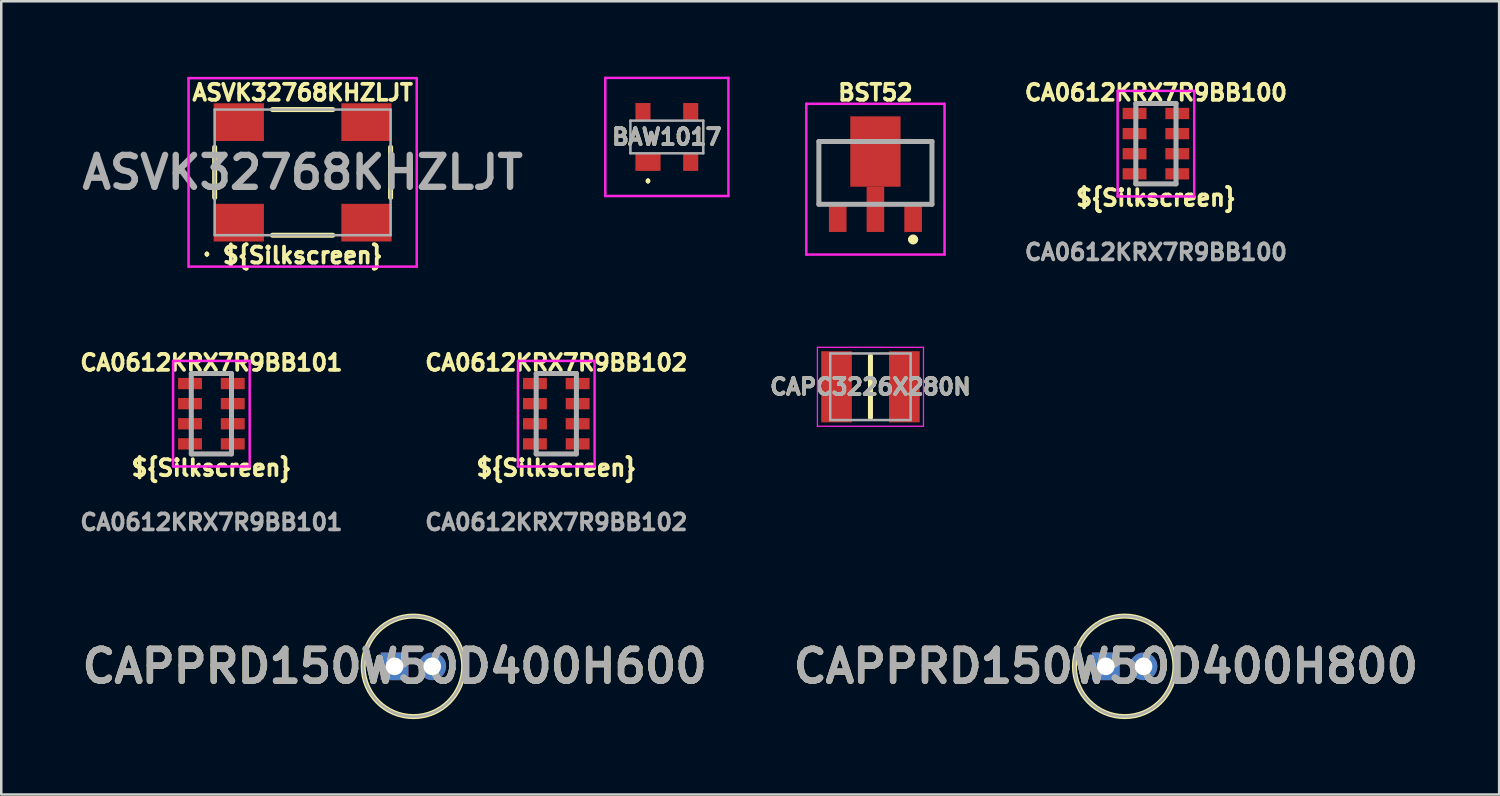
<source format=kicad_pcb>
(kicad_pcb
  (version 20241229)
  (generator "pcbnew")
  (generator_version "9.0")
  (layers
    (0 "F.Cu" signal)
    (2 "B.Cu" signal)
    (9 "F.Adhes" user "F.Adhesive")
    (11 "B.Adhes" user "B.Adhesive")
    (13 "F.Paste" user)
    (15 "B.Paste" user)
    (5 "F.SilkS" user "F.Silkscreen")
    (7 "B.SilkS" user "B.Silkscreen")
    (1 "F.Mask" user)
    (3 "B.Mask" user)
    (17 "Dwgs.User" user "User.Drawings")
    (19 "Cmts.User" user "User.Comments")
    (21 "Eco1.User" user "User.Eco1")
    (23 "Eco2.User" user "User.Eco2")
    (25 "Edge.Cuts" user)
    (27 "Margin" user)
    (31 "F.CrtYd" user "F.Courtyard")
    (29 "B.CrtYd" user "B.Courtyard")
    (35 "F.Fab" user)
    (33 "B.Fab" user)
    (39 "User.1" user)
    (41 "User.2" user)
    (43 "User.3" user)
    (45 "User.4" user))
  (footprint "CA0612KRX7R9BB101"
    (layer "F.Cu")
    (at 5.362 13.413)
    (property "Reference" "CA0612KRX7R9BB101" (at 0 -2.032 0) (layer "F.SilkS") (effects (font (size 0.635 0.635) (thickness 0.15) (bold yes))))
    (attr smd)
    (fp_line (start -0.305 -1.6) (end 0.295 -1.6) (stroke (width 0.1) (type solid)) (layer "F.SilkS"))
    (fp_line (start -0.305 1.6) (end 0.295 1.6) (stroke (width 0.1) (type solid)) (layer "F.SilkS"))
    (fp_line (start -1.524 -2.1) (end 1.524 -2.1) (stroke (width 0.1) (type solid)) (layer "F.CrtYd"))
    (fp_line (start -1.524 2.1) (end -1.524 -2.1) (stroke (width 0.1) (type solid)) (layer "F.CrtYd"))
    (fp_line (start 1.524 -2.1) (end 1.524 2.1) (stroke (width 0.1) (type solid)) (layer "F.CrtYd"))
    (fp_line (start 1.524 2.1) (end -1.524 2.1) (stroke (width 0.1) (type solid)) (layer "F.CrtYd"))
    (fp_line (start -0.8 -1.6) (end 0.8 -1.6) (stroke (width 0.2) (type solid)) (layer "F.Fab"))
    (fp_line (start -0.8 1.6) (end -0.8 -1.6) (stroke (width 0.2) (type solid)) (layer "F.Fab"))
    (fp_line (start 0.8 -1.6) (end 0.8 1.6) (stroke (width 0.2) (type solid)) (layer "F.Fab"))
    (fp_line (start 0.8 1.6) (end -0.8 1.6) (stroke (width 0.2) (type solid)) (layer "F.Fab"))
    (fp_text user "${Silkscreen}" (at 0 2.159 0) (layer "F.SilkS") (effects (font (size 0.635 0.635) (thickness 0.15))))
    (fp_text user "${REFERENCE}" (at 0 4.318 0) (layer "F.Fab") (effects (font (size 0.635 0.635) (thickness 0.15) (bold yes))))
    (pad "1" smd rect (at -0.85 -1.2 90) (size 0.45 0.95) (layers "F.Cu" "F.Mask" "F.Paste"))
    (pad "2" smd rect (at -0.85 -0.4 90) (size 0.45 0.95) (layers "F.Cu" "F.Mask" "F.Paste"))
    (pad "3" smd rect (at -0.85 0.4 90) (size 0.45 0.95) (layers "F.Cu" "F.Mask" "F.Paste"))
    (pad "4" smd rect (at -0.85 1.2 90) (size 0.45 0.95) (layers "F.Cu" "F.Mask" "F.Paste"))
    (pad "5" smd rect (at 0.85 1.2 90) (size 0.45 0.95) (layers "F.Cu" "F.Mask" "F.Paste"))
    (pad "6" smd rect (at 0.85 0.4 90) (size 0.45 0.95) (layers "F.Cu" "F.Mask" "F.Paste"))
    (pad "7" smd rect (at 0.85 -0.4 90) (size 0.45 0.95) (layers "F.Cu" "F.Mask" "F.Paste"))
    (pad "8" smd rect (at 0.85 -1.2 90) (size 0.45 0.95) (layers "F.Cu" "F.Mask" "F.Paste")))
  (footprint "BAW1017"
    (layer "F.Cu")
    (at 23.486 2.4)
    (property "Reference" "BAW1017" (at 0 0 0) (layer "F.SilkS") (effects (font (size 0.635 0.635) (thickness 0.15))))
    (attr smd)
    (fp_line (start -0.75 1.7) (end -0.75 1.7) (stroke (width 0.1) (type solid)) (layer "F.SilkS"))
    (fp_line (start -0.75 1.8) (end -0.75 1.8) (stroke (width 0.1) (type solid)) (layer "F.SilkS"))
    (fp_arc (start -0.75 1.7) (mid -0.7 1.75) (end -0.75 1.8) (stroke (width 0.1) (type solid)) (layer "F.SilkS"))
    (fp_arc (start -0.75 1.8) (mid -0.8 1.75) (end -0.75 1.7) (stroke (width 0.1) (type solid)) (layer "F.SilkS"))
    (fp_line (start -2.45 -2.35) (end 2.45 -2.35) (stroke (width 0.1) (type solid)) (layer "F.CrtYd"))
    (fp_line (start -2.45 2.35) (end -2.45 -2.35) (stroke (width 0.1) (type solid)) (layer "F.CrtYd"))
    (fp_line (start 2.45 -2.35) (end 2.45 2.35) (stroke (width 0.1) (type solid)) (layer "F.CrtYd"))
    (fp_line (start 2.45 2.35) (end -2.45 2.35) (stroke (width 0.1) (type solid)) (layer "F.CrtYd"))
    (fp_line (start -1.45 -0.65) (end 1.45 -0.65) (stroke (width 0.1) (type solid)) (layer "F.Fab"))
    (fp_line (start -1.45 0.65) (end -1.45 -0.65) (stroke (width 0.1) (type solid)) (layer "F.Fab"))
    (fp_line (start 1.45 -0.65) (end 1.45 0.65) (stroke (width 0.1) (type solid)) (layer "F.Fab"))
    (fp_line (start 1.45 0.65) (end -1.45 0.65) (stroke (width 0.1) (type solid)) (layer "F.Fab"))
    (fp_text user "${REFERENCE}" (at 0 0 0) (layer "F.Fab") (effects (font (size 0.635 0.635) (thickness 0.15))))
    (pad "1" smd rect (at -0.75 1 90) (size 0.7 1) (layers "F.Cu" "F.Mask" "F.Paste"))
    (pad "2" smd rect (at 0.95 1) (size 0.6 0.7) (layers "F.Cu" "F.Mask" "F.Paste"))
    (pad "3" smd rect (at 0.95 -1) (size 0.6 0.7) (layers "F.Cu" "F.Mask" "F.Paste"))
    (pad "4" smd rect (at -0.95 -1) (size 0.6 0.7) (layers "F.Cu" "F.Mask" "F.Paste")))
  (footprint "CAPPRD150W50D400H800"
    (layer "F.Cu")
    (at 40.955 23.466)
    (property "Reference" "CAPPRD150W50D400H800" (at 0 0 0) (layer "F.SilkS") (effects (font (size 1.27 1.27) (thickness 0.254))))
    (attr through_hole)
    (fp_circle (center 0.75 0) (end 0.75 2) (stroke (width 0.2) (type solid)) (fill no) (layer "F.SilkS"))
    (fp_circle (center 0.75 0) (end 0.75 2) (stroke (width 0.1) (type solid)) (fill no) (layer "F.Fab"))
    (fp_text user "${REFERENCE}" (at 0 0 0) (layer "F.Fab") (effects (font (size 1.27 1.27) (thickness 0.254))))
    (pad "1" thru_hole rect (at 0 0) (size 1.1 1.1) (drill 0.7) (layers "*.Cu" "*.Mask"))
    (pad "2" thru_hole circle (at 1.5 0) (size 1.1 1.1) (drill 0.7) (layers "*.Cu" "*.Mask")))
  (footprint "CA0612KRX7R9BB100"
    (layer "F.Cu")
    (at 42.948 2.667)
    (property "Reference" "CA0612KRX7R9BB100" (at 0 -2.032 0) (layer "F.SilkS") (effects (font (size 0.635 0.635) (thickness 0.15) (bold yes))))
    (attr smd)
    (fp_line (start -0.305 -1.6) (end 0.295 -1.6) (stroke (width 0.1) (type solid)) (layer "F.SilkS"))
    (fp_line (start -0.305 1.6) (end 0.295 1.6) (stroke (width 0.1) (type solid)) (layer "F.SilkS"))
    (fp_line (start -1.524 -2.1) (end 1.524 -2.1) (stroke (width 0.1) (type solid)) (layer "F.CrtYd"))
    (fp_line (start -1.524 2.1) (end -1.524 -2.1) (stroke (width 0.1) (type solid)) (layer "F.CrtYd"))
    (fp_line (start 1.524 -2.1) (end 1.524 2.1) (stroke (width 0.1) (type solid)) (layer "F.CrtYd"))
    (fp_line (start 1.524 2.1) (end -1.524 2.1) (stroke (width 0.1) (type solid)) (layer "F.CrtYd"))
    (fp_line (start -0.8 -1.6) (end 0.8 -1.6) (stroke (width 0.2) (type solid)) (layer "F.Fab"))
    (fp_line (start -0.8 1.6) (end -0.8 -1.6) (stroke (width 0.2) (type solid)) (layer "F.Fab"))
    (fp_line (start 0.8 -1.6) (end 0.8 1.6) (stroke (width 0.2) (type solid)) (layer "F.Fab"))
    (fp_line (start 0.8 1.6) (end -0.8 1.6) (stroke (width 0.2) (type solid)) (layer "F.Fab"))
    (fp_text user "${Silkscreen}" (at 0 2.159 0) (layer "F.SilkS") (effects (font (size 0.635 0.635) (thickness 0.15))))
    (fp_text user "${REFERENCE}" (at 0 4.318 0) (layer "F.Fab") (effects (font (size 0.635 0.635) (thickness 0.15) (bold yes))))
    (pad "1" smd rect (at -0.85 -1.2 90) (size 0.45 0.95) (layers "F.Cu" "F.Mask" "F.Paste"))
    (pad "2" smd rect (at -0.85 -0.4 90) (size 0.45 0.95) (layers "F.Cu" "F.Mask" "F.Paste"))
    (pad "3" smd rect (at -0.85 0.4 90) (size 0.45 0.95) (layers "F.Cu" "F.Mask" "F.Paste"))
    (pad "4" smd rect (at -0.85 1.2 90) (size 0.45 0.95) (layers "F.Cu" "F.Mask" "F.Paste"))
    (pad "5" smd rect (at 0.85 1.2 90) (size 0.45 0.95) (layers "F.Cu" "F.Mask" "F.Paste"))
    (pad "6" smd rect (at 0.85 0.4 90) (size 0.45 0.95) (layers "F.Cu" "F.Mask" "F.Paste"))
    (pad "7" smd rect (at 0.85 -0.4 90) (size 0.45 0.95) (layers "F.Cu" "F.Mask" "F.Paste"))
    (pad "8" smd rect (at 0.85 -1.2 90) (size 0.45 0.95) (layers "F.Cu" "F.Mask" "F.Paste")))
  (footprint "BST52"
    (layer "F.Cu")
    (at 31.786 5.08)
    (property "Reference" "BST52" (at 0 -4.445 0) (layer "F.SilkS") (effects (font (size 0.635 0.635) (thickness 0.15) (bold yes))))
    (attr smd)
    (fp_line (start -2.25 -2.5) (end -1.5 -2.5) (stroke (width 0.1) (type solid)) (layer "F.SilkS"))
    (fp_line (start -2.25 0) (end -2.25 -2.5) (stroke (width 0.1) (type solid)) (layer "F.SilkS"))
    (fp_line (start 1.4 1.4) (end 1.4 1.4) (stroke (width 0.2) (type solid)) (layer "F.SilkS"))
    (fp_line (start 1.6 1.4) (end 1.6 1.4) (stroke (width 0.2) (type solid)) (layer "F.SilkS"))
    (fp_line (start 2.25 -2.5) (end 1.5 -2.5) (stroke (width 0.1) (type solid)) (layer "F.SilkS"))
    (fp_line (start 2.25 0) (end 2.25 -2.5) (stroke (width 0.1) (type solid)) (layer "F.SilkS"))
    (fp_arc (start 1.4 1.4) (mid 1.5 1.3) (end 1.6 1.4) (stroke (width 0.2) (type solid)) (layer "F.SilkS"))
    (fp_arc (start 1.6 1.4) (mid 1.5 1.5) (end 1.4 1.4) (stroke (width 0.2) (type solid)) (layer "F.SilkS"))
    (fp_line (start -2.75 -4) (end 2.75 -4) (stroke (width 0.1) (type solid)) (layer "F.CrtYd"))
    (fp_line (start -2.75 2) (end -2.75 -4) (stroke (width 0.1) (type solid)) (layer "F.CrtYd"))
    (fp_line (start 2.75 -4) (end 2.75 2) (stroke (width 0.1) (type solid)) (layer "F.CrtYd"))
    (fp_line (start 2.75 2) (end -2.75 2) (stroke (width 0.1) (type solid)) (layer "F.CrtYd"))
    (fp_line (start -2.25 -2.5) (end 2.25 -2.5) (stroke (width 0.2) (type solid)) (layer "F.Fab"))
    (fp_line (start -2.25 0) (end -2.25 -2.5) (stroke (width 0.2) (type solid)) (layer "F.Fab"))
    (fp_line (start 2.25 -2.5) (end 2.25 0) (stroke (width 0.2) (type solid)) (layer "F.Fab"))
    (fp_line (start 2.25 0) (end -2.25 0) (stroke (width 0.2) (type solid)) (layer "F.Fab"))
    (pad "1" smd rect (at 1.5 0.55) (size 0.7 1.1) (layers "F.Cu" "F.Mask" "F.Paste"))
    (pad "2" smd rect (at 0 0.2) (size 0.7 1.8) (layers "F.Cu" "F.Mask" "F.Paste"))
    (pad "3" smd rect (at -1.5 0.55) (size 0.7 1.1) (layers "F.Cu" "F.Mask" "F.Paste"))
    (pad "4" smd rect (at 0 -2.1) (size 2 2.8) (layers "F.Cu" "F.Mask" "F.Paste")))
  (footprint "CAPPRD150W50D400H600"
    (layer "F.Cu")
    (at 12.652 23.466)
    (property "Reference" "CAPPRD150W50D400H600" (at 0 0 0) (layer "F.SilkS") (effects (font (size 1.27 1.27) (thickness 0.254))))
    (attr through_hole)
    (fp_circle (center 0.75 0) (end 0.75 2) (stroke (width 0.2) (type solid)) (fill no) (layer "F.SilkS"))
    (fp_circle (center 0.75 0) (end 0.75 2) (stroke (width 0.1) (type solid)) (fill no) (layer "F.Fab"))
    (fp_text user "${REFERENCE}" (at 0 0 0) (layer "F.Fab") (effects (font (size 1.27 1.27) (thickness 0.254))))
    (pad "1" thru_hole rect (at 0 0) (size 1.1 1.1) (drill 0.7) (layers "*.Cu" "*.Mask"))
    (pad "2" thru_hole circle (at 1.5 0) (size 1.1 1.1) (drill 0.7) (layers "*.Cu" "*.Mask")))
  (footprint "CA0612KRX7R9BB102"
    (layer "F.Cu")
    (at 19.087 13.413)
    (property "Reference" "CA0612KRX7R9BB102" (at 0 -2.032 0) (layer "F.SilkS") (effects (font (size 0.635 0.635) (thickness 0.15) (bold yes))))
    (attr smd)
    (fp_line (start -0.305 -1.6) (end 0.295 -1.6) (stroke (width 0.1) (type solid)) (layer "F.SilkS"))
    (fp_line (start -0.305 1.6) (end 0.295 1.6) (stroke (width 0.1) (type solid)) (layer "F.SilkS"))
    (fp_line (start -1.524 -2.1) (end 1.524 -2.1) (stroke (width 0.1) (type solid)) (layer "F.CrtYd"))
    (fp_line (start -1.524 2.1) (end -1.524 -2.1) (stroke (width 0.1) (type solid)) (layer "F.CrtYd"))
    (fp_line (start 1.524 -2.1) (end 1.524 2.1) (stroke (width 0.1) (type solid)) (layer "F.CrtYd"))
    (fp_line (start 1.524 2.1) (end -1.524 2.1) (stroke (width 0.1) (type solid)) (layer "F.CrtYd"))
    (fp_line (start -0.8 -1.6) (end 0.8 -1.6) (stroke (width 0.2) (type solid)) (layer "F.Fab"))
    (fp_line (start -0.8 1.6) (end -0.8 -1.6) (stroke (width 0.2) (type solid)) (layer "F.Fab"))
    (fp_line (start 0.8 -1.6) (end 0.8 1.6) (stroke (width 0.2) (type solid)) (layer "F.Fab"))
    (fp_line (start 0.8 1.6) (end -0.8 1.6) (stroke (width 0.2) (type solid)) (layer "F.Fab"))
    (fp_text user "${Silkscreen}" (at 0 2.159 0) (layer "F.SilkS") (effects (font (size 0.635 0.635) (thickness 0.15))))
    (fp_text user "${REFERENCE}" (at 0 4.318 0) (layer "F.Fab") (effects (font (size 0.635 0.635) (thickness 0.15) (bold yes))))
    (pad "1" smd rect (at -0.85 -1.2 90) (size 0.45 0.95) (layers "F.Cu" "F.Mask" "F.Paste"))
    (pad "2" smd rect (at -0.85 -0.4 90) (size 0.45 0.95) (layers "F.Cu" "F.Mask" "F.Paste"))
    (pad "3" smd rect (at -0.85 0.4 90) (size 0.45 0.95) (layers "F.Cu" "F.Mask" "F.Paste"))
    (pad "4" smd rect (at -0.85 1.2 90) (size 0.45 0.95) (layers "F.Cu" "F.Mask" "F.Paste"))
    (pad "5" smd rect (at 0.85 1.2 90) (size 0.45 0.95) (layers "F.Cu" "F.Mask" "F.Paste"))
    (pad "6" smd rect (at 0.85 0.4 90) (size 0.45 0.95) (layers "F.Cu" "F.Mask" "F.Paste"))
    (pad "7" smd rect (at 0.85 -0.4 90) (size 0.45 0.95) (layers "F.Cu" "F.Mask" "F.Paste"))
    (pad "8" smd rect (at 0.85 -1.2 90) (size 0.45 0.95) (layers "F.Cu" "F.Mask" "F.Paste")))
  (footprint "CAPC3226X280N"
    (layer "F.Cu")
    (at 31.588 12.341)
    (property "Reference" "CAPC3226X280N" (at 0 0 0) (layer "F.SilkS") (effects (font (size 0.635 0.635) (thickness 0.15))))
    (attr smd)
    (fp_line (start 0 -1.225) (end 0 1.225) (stroke (width 0.2) (type solid)) (layer "F.SilkS"))
    (fp_line (start -2.11 -1.57) (end 2.11 -1.57) (stroke (width 0.05) (type solid)) (layer "F.CrtYd"))
    (fp_line (start -2.11 1.57) (end -2.11 -1.57) (stroke (width 0.05) (type solid)) (layer "F.CrtYd"))
    (fp_line (start 2.11 -1.57) (end 2.11 1.57) (stroke (width 0.05) (type solid)) (layer "F.CrtYd"))
    (fp_line (start 2.11 1.57) (end -2.11 1.57) (stroke (width 0.05) (type solid)) (layer "F.CrtYd"))
    (fp_line (start -1.6 -1.325) (end 1.6 -1.325) (stroke (width 0.1) (type solid)) (layer "F.Fab"))
    (fp_line (start -1.6 1.325) (end -1.6 -1.325) (stroke (width 0.1) (type solid)) (layer "F.Fab"))
    (fp_line (start 1.6 -1.325) (end 1.6 1.325) (stroke (width 0.1) (type solid)) (layer "F.Fab"))
    (fp_line (start 1.6 1.325) (end -1.6 1.325) (stroke (width 0.1) (type solid)) (layer "F.Fab"))
    (fp_text user "${REFERENCE}" (at 0 0 0) (layer "F.Fab") (effects (font (size 0.635 0.635) (thickness 0.15))))
    (pad "1" smd rect (at -1.35 0) (size 1.22 2.83) (layers "F.Cu" "F.Mask" "F.Paste"))
    (pad "2" smd rect (at 1.35 0) (size 1.22 2.83) (layers "F.Cu" "F.Mask" "F.Paste")))
  (footprint "ASVK32768KHZLJT"
    (layer "F.Cu")
    (at 8.993 3.81)
    (property "Reference" "ASVK32768KHZLJT" (at 0 -3.175 0) (layer "F.SilkS") (effects (font (size 0.635 0.635) (thickness 0.15) (bold yes))))
    (attr smd)
    (fp_line (start -3.81 3.202) (end -3.81 3.202) (stroke (width 0.1) (type solid)) (layer "F.SilkS"))
    (fp_line (start -3.81 3.302) (end -3.81 3.302) (stroke (width 0.1) (type solid)) (layer "F.SilkS"))
    (fp_line (start -3.5 -1) (end -3.5 1) (stroke (width 0.2) (type solid)) (layer "F.SilkS"))
    (fp_line (start -1.2 -2.5) (end 1.2 -2.5) (stroke (width 0.2) (type solid)) (layer "F.SilkS"))
    (fp_line (start -1.2 2.5) (end 1.2 2.5) (stroke (width 0.2) (type solid)) (layer "F.SilkS"))
    (fp_line (start 3.5 -1) (end 3.5 1) (stroke (width 0.2) (type solid)) (layer "F.SilkS"))
    (fp_arc (start -3.81 3.202) (mid -3.76 3.252) (end -3.81 3.302) (stroke (width 0.1) (type solid)) (layer "F.SilkS"))
    (fp_arc (start -3.81 3.302) (mid -3.86 3.252) (end -3.81 3.202) (stroke (width 0.1) (type solid)) (layer "F.SilkS"))
    (fp_line (start -4.54 -3.75) (end 4.54 -3.75) (stroke (width 0.1) (type solid)) (layer "F.CrtYd"))
    (fp_line (start -4.54 3.75) (end -4.54 -3.75) (stroke (width 0.1) (type solid)) (layer "F.CrtYd"))
    (fp_line (start 4.54 -3.75) (end 4.54 3.75) (stroke (width 0.1) (type solid)) (layer "F.CrtYd"))
    (fp_line (start 4.54 3.75) (end -4.54 3.75) (stroke (width 0.1) (type solid)) (layer "F.CrtYd"))
    (fp_line (start -3.5 -2.5) (end 3.5 -2.5) (stroke (width 0.1) (type solid)) (layer "F.Fab"))
    (fp_line (start -3.5 2.5) (end -3.5 -2.5) (stroke (width 0.1) (type solid)) (layer "F.Fab"))
    (fp_line (start 3.5 -2.5) (end 3.5 2.5) (stroke (width 0.1) (type solid)) (layer "F.Fab"))
    (fp_line (start 3.5 2.5) (end -3.5 2.5) (stroke (width 0.1) (type solid)) (layer "F.Fab"))
    (fp_text user "${Silkscreen}" (at 0 3.302 0) (layer "F.SilkS") (effects (font (size 0.635 0.635) (thickness 0.15))))
    (fp_text user "${REFERENCE}" (at 0 0 0) (layer "F.Fab") (effects (font (size 1.27 1.27) (thickness 0.254))))
    (pad "1" smd rect (at -2.54 2 90) (size 1.5 2) (layers "F.Cu" "F.Mask" "F.Paste"))
    (pad "2" smd rect (at 2.54 2 90) (size 1.5 2) (layers "F.Cu" "F.Mask" "F.Paste"))
    (pad "3" smd rect (at 2.54 -2 90) (size 1.5 2) (layers "F.Cu" "F.Mask" "F.Paste"))
    (pad "4" smd rect (at -2.54 -2 90) (size 1.5 2) (layers "F.Cu" "F.Mask" "F.Paste")))
  (gr_rect
    (start -3 -3)
    (end 56.606 28.566)
    (stroke (width 0.1) (type default))
    (fill no)
    (layer "Edge.Cuts")))
</source>
